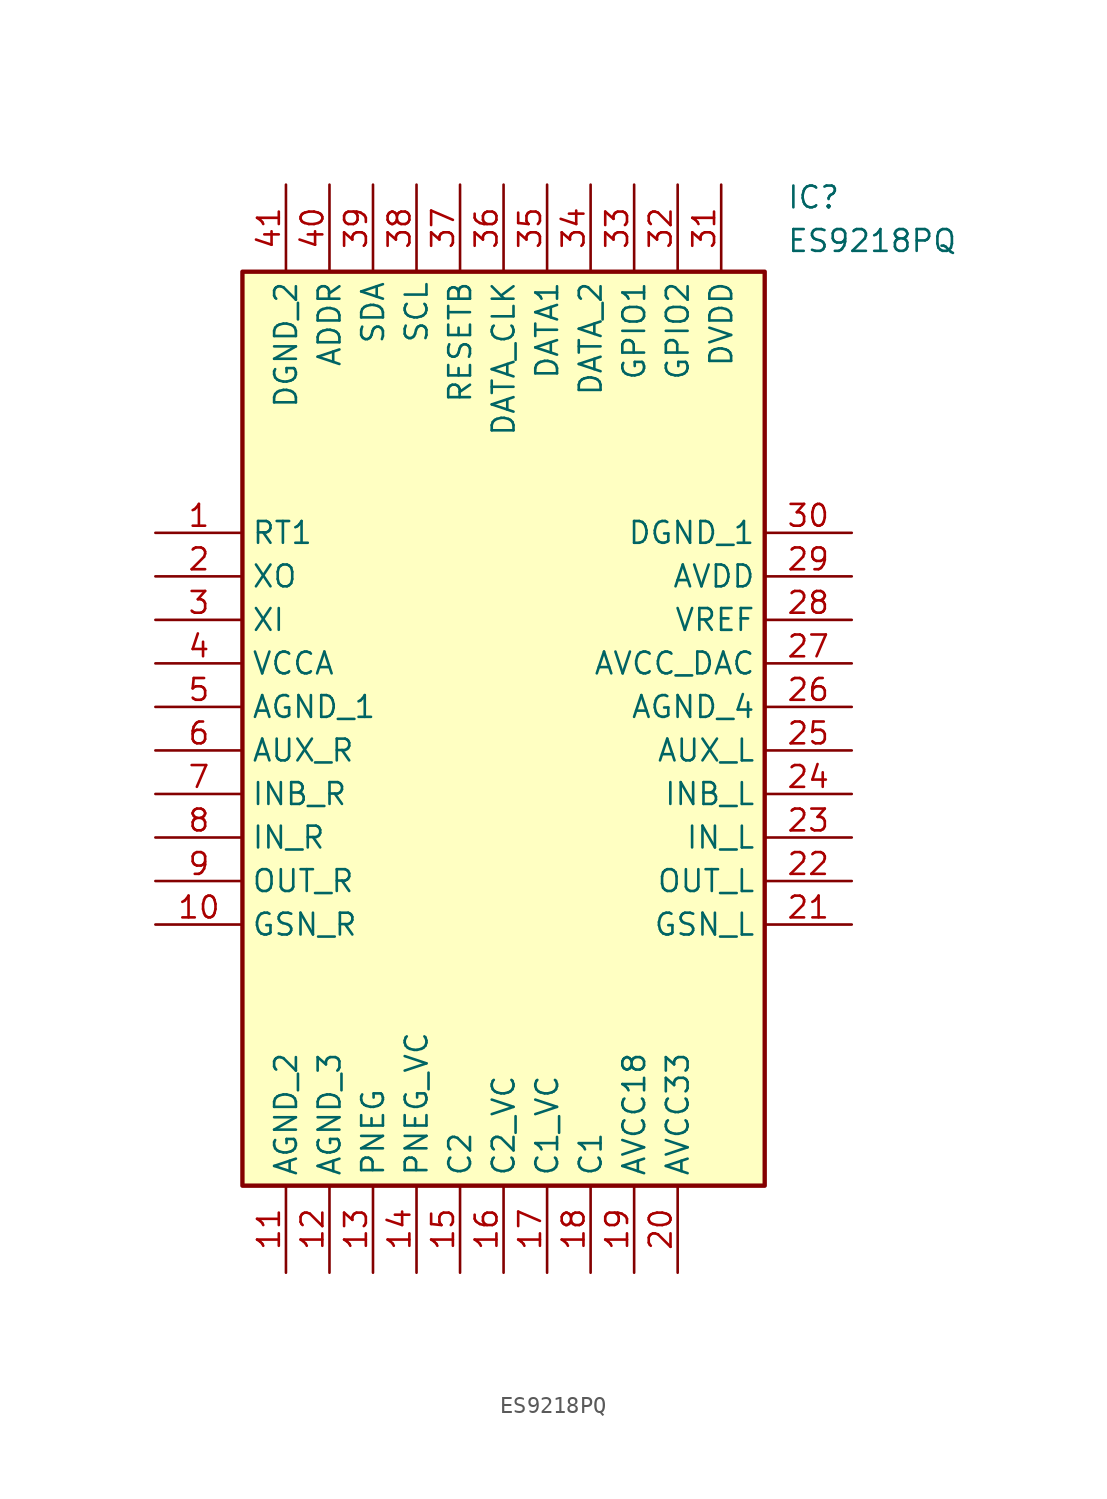
<source format=kicad_sym>
(kicad_symbol_lib
  (version 20211014)
  (generator SamacSys_ECAD_Model)
  (symbol "ES9218PQ"
    (property "Reference" "IC"
      (at 36.83 20.32 0)
      (effects (font (size 1.27 1.27)) (justify left top)))
    (property "Value" "ES9218PQ"
      (at 36.83 17.78 0)
      (effects (font (size 1.27 1.27)) (justify left top)))
    (rectangle
      (start 5.08 15.24)
      (end 35.56 -38.1)
      (stroke (width 0.254) (type default))
      (fill (type background)))
    (pin passive line
      (at 0 0 0)
      (length 5.08)
      (name "RT1" (effects (font (size 1.27 1.27))))
      (number "1" (effects (font (size 1.27 1.27)))))
    (pin passive line
      (at 0 -2.54 0)
      (length 5.08)
      (name "XO" (effects (font (size 1.27 1.27))))
      (number "2" (effects (font (size 1.27 1.27)))))
    (pin passive line
      (at 0 -5.08 0)
      (length 5.08)
      (name "XI" (effects (font (size 1.27 1.27))))
      (number "3" (effects (font (size 1.27 1.27)))))
    (pin passive line
      (at 0 -7.62 0)
      (length 5.08)
      (name "VCCA" (effects (font (size 1.27 1.27))))
      (number "4" (effects (font (size 1.27 1.27)))))
    (pin passive line
      (at 0 -10.16 0)
      (length 5.08)
      (name "AGND_1" (effects (font (size 1.27 1.27))))
      (number "5" (effects (font (size 1.27 1.27)))))
    (pin passive line
      (at 0 -12.7 0)
      (length 5.08)
      (name "AUX_R" (effects (font (size 1.27 1.27))))
      (number "6" (effects (font (size 1.27 1.27)))))
    (pin passive line
      (at 0 -15.24 0)
      (length 5.08)
      (name "INB_R" (effects (font (size 1.27 1.27))))
      (number "7" (effects (font (size 1.27 1.27)))))
    (pin passive line
      (at 0 -17.78 0)
      (length 5.08)
      (name "IN_R" (effects (font (size 1.27 1.27))))
      (number "8" (effects (font (size 1.27 1.27)))))
    (pin passive line
      (at 0 -20.32 0)
      (length 5.08)
      (name "OUT_R" (effects (font (size 1.27 1.27))))
      (number "9" (effects (font (size 1.27 1.27)))))
    (pin passive line
      (at 0 -22.86 0)
      (length 5.08)
      (name "GSN_R" (effects (font (size 1.27 1.27))))
      (number "10" (effects (font (size 1.27 1.27)))))
    (pin passive line
      (at 7.62 -43.18 90)
      (length 5.08)
      (name "AGND_2" (effects (font (size 1.27 1.27))))
      (number "11" (effects (font (size 1.27 1.27)))))
    (pin passive line
      (at 10.16 -43.18 90)
      (length 5.08)
      (name "AGND_3" (effects (font (size 1.27 1.27))))
      (number "12" (effects (font (size 1.27 1.27)))))
    (pin passive line
      (at 12.7 -43.18 90)
      (length 5.08)
      (name "PNEG" (effects (font (size 1.27 1.27))))
      (number "13" (effects (font (size 1.27 1.27)))))
    (pin passive line
      (at 15.24 -43.18 90)
      (length 5.08)
      (name "PNEG_VC" (effects (font (size 1.27 1.27))))
      (number "14" (effects (font (size 1.27 1.27)))))
    (pin passive line
      (at 17.78 -43.18 90)
      (length 5.08)
      (name "C2" (effects (font (size 1.27 1.27))))
      (number "15" (effects (font (size 1.27 1.27)))))
    (pin passive line
      (at 20.32 -43.18 90)
      (length 5.08)
      (name "C2_VC" (effects (font (size 1.27 1.27))))
      (number "16" (effects (font (size 1.27 1.27)))))
    (pin passive line
      (at 22.86 -43.18 90)
      (length 5.08)
      (name "C1_VC" (effects (font (size 1.27 1.27))))
      (number "17" (effects (font (size 1.27 1.27)))))
    (pin passive line
      (at 25.4 -43.18 90)
      (length 5.08)
      (name "C1" (effects (font (size 1.27 1.27))))
      (number "18" (effects (font (size 1.27 1.27)))))
    (pin passive line
      (at 27.94 -43.18 90)
      (length 5.08)
      (name "AVCC18" (effects (font (size 1.27 1.27))))
      (number "19" (effects (font (size 1.27 1.27)))))
    (pin passive line
      (at 30.48 -43.18 90)
      (length 5.08)
      (name "AVCC33" (effects (font (size 1.27 1.27))))
      (number "20" (effects (font (size 1.27 1.27)))))
    (pin passive line
      (at 40.64 0 180)
      (length 5.08)
      (name "DGND_1" (effects (font (size 1.27 1.27))))
      (number "30" (effects (font (size 1.27 1.27)))))
    (pin passive line
      (at 40.64 -2.54 180)
      (length 5.08)
      (name "AVDD" (effects (font (size 1.27 1.27))))
      (number "29" (effects (font (size 1.27 1.27)))))
    (pin passive line
      (at 40.64 -5.08 180)
      (length 5.08)
      (name "VREF" (effects (font (size 1.27 1.27))))
      (number "28" (effects (font (size 1.27 1.27)))))
    (pin passive line
      (at 40.64 -7.62 180)
      (length 5.08)
      (name "AVCC_DAC" (effects (font (size 1.27 1.27))))
      (number "27" (effects (font (size 1.27 1.27)))))
    (pin passive line
      (at 40.64 -10.16 180)
      (length 5.08)
      (name "AGND_4" (effects (font (size 1.27 1.27))))
      (number "26" (effects (font (size 1.27 1.27)))))
    (pin passive line
      (at 40.64 -12.7 180)
      (length 5.08)
      (name "AUX_L" (effects (font (size 1.27 1.27))))
      (number "25" (effects (font (size 1.27 1.27)))))
    (pin passive line
      (at 40.64 -15.24 180)
      (length 5.08)
      (name "INB_L" (effects (font (size 1.27 1.27))))
      (number "24" (effects (font (size 1.27 1.27)))))
    (pin passive line
      (at 40.64 -17.78 180)
      (length 5.08)
      (name "IN_L" (effects (font (size 1.27 1.27))))
      (number "23" (effects (font (size 1.27 1.27)))))
    (pin passive line
      (at 40.64 -20.32 180)
      (length 5.08)
      (name "OUT_L" (effects (font (size 1.27 1.27))))
      (number "22" (effects (font (size 1.27 1.27)))))
    (pin passive line
      (at 40.64 -22.86 180)
      (length 5.08)
      (name "GSN_L" (effects (font (size 1.27 1.27))))
      (number "21" (effects (font (size 1.27 1.27)))))
    (pin passive line
      (at 7.62 20.32 270)
      (length 5.08)
      (name "DGND_2" (effects (font (size 1.27 1.27))))
      (number "41" (effects (font (size 1.27 1.27)))))
    (pin passive line
      (at 10.16 20.32 270)
      (length 5.08)
      (name "ADDR" (effects (font (size 1.27 1.27))))
      (number "40" (effects (font (size 1.27 1.27)))))
    (pin passive line
      (at 12.7 20.32 270)
      (length 5.08)
      (name "SDA" (effects (font (size 1.27 1.27))))
      (number "39" (effects (font (size 1.27 1.27)))))
    (pin passive line
      (at 15.24 20.32 270)
      (length 5.08)
      (name "SCL" (effects (font (size 1.27 1.27))))
      (number "38" (effects (font (size 1.27 1.27)))))
    (pin passive line
      (at 17.78 20.32 270)
      (length 5.08)
      (name "RESETB" (effects (font (size 1.27 1.27))))
      (number "37" (effects (font (size 1.27 1.27)))))
    (pin passive line
      (at 20.32 20.32 270)
      (length 5.08)
      (name "DATA_CLK" (effects (font (size 1.27 1.27))))
      (number "36" (effects (font (size 1.27 1.27)))))
    (pin passive line
      (at 22.86 20.32 270)
      (length 5.08)
      (name "DATA1" (effects (font (size 1.27 1.27))))
      (number "35" (effects (font (size 1.27 1.27)))))
    (pin passive line
      (at 25.4 20.32 270)
      (length 5.08)
      (name "DATA_2" (effects (font (size 1.27 1.27))))
      (number "34" (effects (font (size 1.27 1.27)))))
    (pin passive line
      (at 27.94 20.32 270)
      (length 5.08)
      (name "GPIO1" (effects (font (size 1.27 1.27))))
      (number "33" (effects (font (size 1.27 1.27)))))
    (pin passive line
      (at 30.48 20.32 270)
      (length 5.08)
      (name "GPIO2" (effects (font (size 1.27 1.27))))
      (number "32" (effects (font (size 1.27 1.27)))))
    (pin passive line
      (at 33.02 20.32 270)
      (length 5.08)
      (name "DVDD" (effects (font (size 1.27 1.27))))
      (number "31" (effects (font (size 1.27 1.27)))))))
</source>
